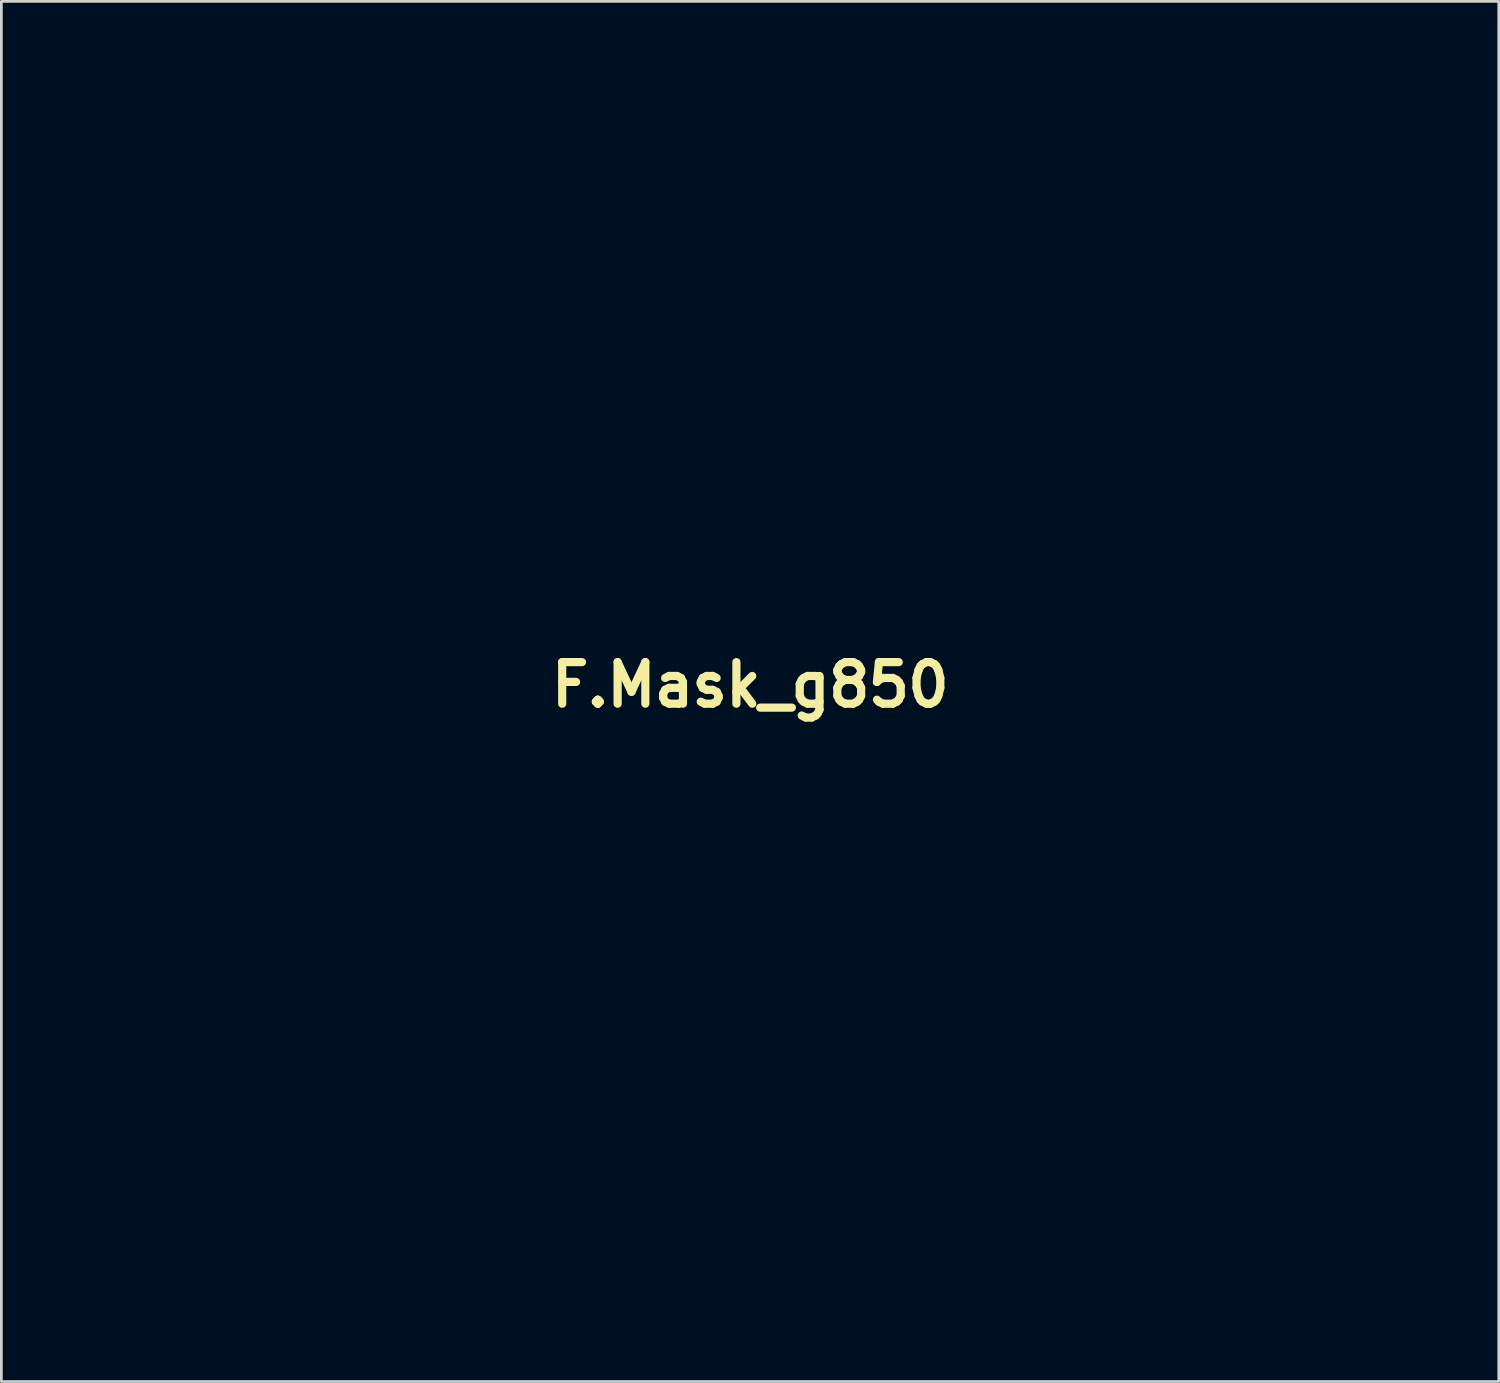
<source format=kicad_pcb>
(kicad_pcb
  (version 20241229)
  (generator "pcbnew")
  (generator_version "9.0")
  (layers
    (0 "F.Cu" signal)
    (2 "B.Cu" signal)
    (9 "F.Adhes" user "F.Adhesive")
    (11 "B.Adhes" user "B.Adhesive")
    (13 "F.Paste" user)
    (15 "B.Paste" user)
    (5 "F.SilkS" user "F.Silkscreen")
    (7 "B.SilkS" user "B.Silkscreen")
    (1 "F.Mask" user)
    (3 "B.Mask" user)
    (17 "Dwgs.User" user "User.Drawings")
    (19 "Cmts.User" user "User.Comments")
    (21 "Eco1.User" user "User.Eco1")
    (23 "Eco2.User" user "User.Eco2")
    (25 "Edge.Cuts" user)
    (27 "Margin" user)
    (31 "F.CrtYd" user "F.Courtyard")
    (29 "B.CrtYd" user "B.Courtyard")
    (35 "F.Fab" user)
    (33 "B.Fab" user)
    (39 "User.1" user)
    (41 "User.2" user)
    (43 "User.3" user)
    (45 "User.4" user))
  (footprint "F.Mask_g850"
    (layer "F.Cu")
    (at 24.455 22.058)
    (property "Reference" "F.Mask_g850" (at 0 0 0) (layer "F.SilkS") (effects (font (size 1.524 1.524) (thickness 0.3))))
    (attr through_hole)
    (fp_poly (pts (xy 9.443 9.17) (xy 9.651 9.177) (xy 9.833 9.19) (xy 9.885 9.196) (xy 10.336 9.26) (xy 10.762 9.349) (xy 11.173 9.465) (xy 11.58 9.612) (xy 11.992 9.792) (xy 12.118 9.853) (xy 12.586 10.107) (xy 13.03 10.395) (xy 13.447 10.714) (xy 13.836 11.065) (xy 14.195 11.446) (xy 14.524 11.854) (xy 14.821 12.289) (xy 15.085 12.75) (xy 15.135 12.848) (xy 15.352 13.328) (xy 15.53 13.818) (xy 15.667 14.318) (xy 15.765 14.824) (xy 15.824 15.334) (xy 15.844 15.846) (xy 15.824 16.357) (xy 15.766 16.866) (xy 15.669 17.368) (xy 15.533 17.863) (xy 15.358 18.348) (xy 15.146 18.82) (xy 14.894 19.278) (xy 14.754 19.502) (xy 14.442 19.937) (xy 14.101 20.344) (xy 13.731 20.72) (xy 13.334 21.065) (xy 12.911 21.377) (xy 12.463 21.655) (xy 12.202 21.795) (xy 11.808 21.982) (xy 11.422 22.138) (xy 11.031 22.266) (xy 10.621 22.371) (xy 10.424 22.413) (xy 10.155 22.458) (xy 9.858 22.493) (xy 9.548 22.517) (xy 9.237 22.53) (xy 8.939 22.53) (xy 8.738 22.521) (xy 8.21 22.466) (xy 7.692 22.371) (xy 7.185 22.235) (xy 6.691 22.061) (xy 6.214 21.849) (xy 5.753 21.6) (xy 5.313 21.314) (xy 4.895 20.994) (xy 4.511 20.649) (xy 4.138 20.259) (xy 3.801 19.847) (xy 3.501 19.413) (xy 3.237 18.959) (xy 3.011 18.485) (xy 2.822 17.991) (xy 2.671 17.479) (xy 2.558 16.95) (xy 2.536 16.817) (xy 2.519 16.675) (xy 2.504 16.5) (xy 2.492 16.303) (xy 2.484 16.092) (xy 2.483 16.046) (xy 3.57 16.046) (xy 3.607 16.52) (xy 3.685 16.989) (xy 3.802 17.448) (xy 3.959 17.897) (xy 4.154 18.333) (xy 4.388 18.753) (xy 4.51 18.943) (xy 4.799 19.335) (xy 5.118 19.699) (xy 5.465 20.033) (xy 5.837 20.335) (xy 6.234 20.604) (xy 6.652 20.839) (xy 7.089 21.037) (xy 7.544 21.197) (xy 7.695 21.24) (xy 7.968 21.307) (xy 8.263 21.363) (xy 8.557 21.405) (xy 8.7 21.419) (xy 8.869 21.429) (xy 9.068 21.432) (xy 9.283 21.429) (xy 9.501 21.42) (xy 9.71 21.405) (xy 9.896 21.386) (xy 9.948 21.379) (xy 10.365 21.303) (xy 10.759 21.2) (xy 11.144 21.067) (xy 11.531 20.899) (xy 11.61 20.861) (xy 12.041 20.627) (xy 12.446 20.36) (xy 12.824 20.06) (xy 13.174 19.73) (xy 13.434 19.442) (xy 13.73 19.057) (xy 13.99 18.652) (xy 14.213 18.23) (xy 14.399 17.792) (xy 14.546 17.341) (xy 14.653 16.88) (xy 14.722 16.411) (xy 14.75 15.935) (xy 14.737 15.457) (xy 14.683 14.977) (xy 14.657 14.826) (xy 14.55 14.36) (xy 14.405 13.91) (xy 14.224 13.477) (xy 14.008 13.064) (xy 13.76 12.672) (xy 13.482 12.303) (xy 13.175 11.959) (xy 12.84 11.641) (xy 12.481 11.351) (xy 12.099 11.09) (xy 11.695 10.862) (xy 11.272 10.667) (xy 10.831 10.506) (xy 10.375 10.383) (xy 9.904 10.298) (xy 9.821 10.287) (xy 9.363 10.252) (xy 8.897 10.257) (xy 8.429 10.3) (xy 7.965 10.38) (xy 7.512 10.498) (xy 7.225 10.594) (xy 7.062 10.66) (xy 6.875 10.743) (xy 6.679 10.838) (xy 6.483 10.94) (xy 6.3 11.041) (xy 6.142 11.136) (xy 6.096 11.166) (xy 5.703 11.452) (xy 5.338 11.768) (xy 5.002 12.11) (xy 4.698 12.478) (xy 4.427 12.869) (xy 4.19 13.28) (xy 3.99 13.709) (xy 3.827 14.154) (xy 3.703 14.609) (xy 3.618 15.088) (xy 3.573 15.567) (xy 3.57 16.046) (xy 2.483 16.046) (xy 2.479 15.877) (xy 2.478 15.669) (xy 2.482 15.476) (xy 2.489 15.309) (xy 2.496 15.229) (xy 2.568 14.699) (xy 2.679 14.181) (xy 2.83 13.677) (xy 3.019 13.189) (xy 3.245 12.718) (xy 3.507 12.267) (xy 3.804 11.837) (xy 4.136 11.431) (xy 4.501 11.049) (xy 4.503 11.047) (xy 4.907 10.686) (xy 5.331 10.362) (xy 5.774 10.075) (xy 6.236 9.827) (xy 6.718 9.616) (xy 7.218 9.443) (xy 7.738 9.308) (xy 8.181 9.225) (xy 8.343 9.204) (xy 8.538 9.188) (xy 8.755 9.177) (xy 8.985 9.169) (xy 9.217 9.167) (xy 9.443 9.17)) (stroke (width 0.01) (type solid)) (fill yes) (layer "F.Mask"))
    (fp_poly (pts (xy -17.543 -6.162) (xy -17.335 -6.155) (xy -17.143 -6.142) (xy -16.953 -6.121) (xy -16.754 -6.093) (xy -16.637 -6.074) (xy -16.128 -5.967) (xy -15.628 -5.819) (xy -15.142 -5.633) (xy -14.671 -5.409) (xy -14.219 -5.149) (xy -13.789 -4.855) (xy -13.384 -4.529) (xy -13.261 -4.418) (xy -12.898 -4.06) (xy -12.573 -3.691) (xy -12.281 -3.303) (xy -12.019 -2.892) (xy -11.783 -2.453) (xy -11.779 -2.445) (xy -11.577 -2.002) (xy -11.412 -1.566) (xy -11.283 -1.128) (xy -11.187 -0.682) (xy -11.122 -0.218) (xy -11.092 0.157) (xy -11.083 0.675) (xy -11.116 1.191) (xy -11.188 1.704) (xy -11.3 2.209) (xy -11.45 2.704) (xy -11.637 3.186) (xy -11.86 3.652) (xy -12.119 4.097) (xy -12.377 4.473) (xy -12.71 4.887) (xy -13.071 5.272) (xy -13.458 5.626) (xy -13.869 5.948) (xy -14.302 6.236) (xy -14.755 6.489) (xy -15.225 6.705) (xy -15.71 6.884) (xy -16.209 7.024) (xy -16.465 7.079) (xy -16.907 7.149) (xy -17.353 7.19) (xy -17.815 7.201) (xy -18.108 7.194) (xy -18.622 7.151) (xy -19.126 7.069) (xy -19.62 6.947) (xy -20.101 6.788) (xy -20.567 6.593) (xy -21.016 6.364) (xy -21.446 6.102) (xy -21.856 5.808) (xy -22.243 5.483) (xy -22.606 5.13) (xy -22.943 4.75) (xy -23.251 4.344) (xy -23.529 3.914) (xy -23.775 3.461) (xy -23.986 2.986) (xy -24.095 2.696) (xy -24.236 2.234) (xy -24.341 1.765) (xy -24.411 1.285) (xy -24.445 0.788) (xy -24.45 0.519) (xy -24.449 0.455) (xy -23.36 0.455) (xy -23.345 0.926) (xy -23.291 1.393) (xy -23.197 1.854) (xy -23.064 2.307) (xy -22.892 2.748) (xy -22.682 3.176) (xy -22.434 3.587) (xy -22.426 3.598) (xy -22.276 3.815) (xy -22.132 4.006) (xy -21.984 4.184) (xy -21.82 4.361) (xy -21.717 4.466) (xy -21.356 4.798) (xy -20.973 5.094) (xy -20.568 5.354) (xy -20.144 5.577) (xy -19.701 5.763) (xy -19.241 5.91) (xy -18.765 6.019) (xy -18.276 6.089) (xy -18.182 6.097) (xy -18.041 6.105) (xy -17.87 6.107) (xy -17.681 6.105) (xy -17.485 6.098) (xy -17.296 6.087) (xy -17.126 6.073) (xy -17.041 6.063) (xy -16.573 5.98) (xy -16.112 5.857) (xy -15.662 5.694) (xy -15.225 5.493) (xy -14.805 5.256) (xy -14.405 4.982) (xy -14.266 4.876) (xy -14.154 4.781) (xy -14.023 4.662) (xy -13.883 4.527) (xy -13.742 4.386) (xy -13.609 4.246) (xy -13.492 4.117) (xy -13.412 4.022) (xy -13.15 3.665) (xy -12.913 3.281) (xy -12.705 2.877) (xy -12.529 2.463) (xy -12.389 2.045) (xy -12.348 1.895) (xy -12.249 1.423) (xy -12.192 0.949) (xy -12.175 0.476) (xy -12.198 0.006) (xy -12.261 -0.458) (xy -12.363 -0.916) (xy -12.502 -1.362) (xy -12.679 -1.797) (xy -12.893 -2.217) (xy -13.142 -2.619) (xy -13.427 -3.002) (xy -13.746 -3.363) (xy -13.908 -3.524) (xy -14.27 -3.842) (xy -14.655 -4.125) (xy -15.06 -4.373) (xy -15.482 -4.585) (xy -15.92 -4.76) (xy -16.37 -4.898) (xy -16.831 -4.997) (xy -17.299 -5.057) (xy -17.772 -5.077) (xy -18.247 -5.056) (xy -18.717 -4.995) (xy -19.174 -4.895) (xy -19.625 -4.754) (xy -20.065 -4.576) (xy -20.491 -4.361) (xy -20.897 -4.114) (xy -21.273 -3.839) (xy -21.386 -3.743) (xy -21.517 -3.623) (xy -21.658 -3.488) (xy -21.8 -3.346) (xy -21.933 -3.206) (xy -22.05 -3.077) (xy -22.127 -2.985) (xy -22.313 -2.735) (xy -22.495 -2.458) (xy -22.667 -2.164) (xy -22.822 -1.865) (xy -22.954 -1.574) (xy -23.019 -1.411) (xy -23.165 -0.952) (xy -23.271 -0.487) (xy -23.336 -0.017) (xy -23.36 0.455) (xy -24.449 0.455) (xy -24.444 0.187) (xy -24.425 -0.119) (xy -24.391 -0.417) (xy -24.341 -0.721) (xy -24.32 -0.826) (xy -24.197 -1.331) (xy -24.035 -1.821) (xy -23.837 -2.294) (xy -23.604 -2.748) (xy -23.338 -3.181) (xy -23.04 -3.593) (xy -22.713 -3.98) (xy -22.357 -4.341) (xy -21.976 -4.676) (xy -21.57 -4.981) (xy -21.141 -5.255) (xy -20.691 -5.496) (xy -20.221 -5.703) (xy -19.734 -5.874) (xy -19.231 -6.007) (xy -19.113 -6.033) (xy -18.835 -6.084) (xy -18.574 -6.122) (xy -18.314 -6.147) (xy -18.041 -6.16) (xy -17.78 -6.164) (xy -17.543 -6.162)) (stroke (width 0.01) (type solid)) (fill yes) (layer "F.Mask"))
    (fp_poly (pts (xy 9.361 -22.049) (xy 9.582 -22.04) (xy 9.79 -22.027) (xy 9.974 -22.01) (xy 10.086 -21.995) (xy 10.504 -21.92) (xy 10.895 -21.827) (xy 11.27 -21.713) (xy 11.589 -21.596) (xy 12.072 -21.383) (xy 12.533 -21.134) (xy 12.97 -20.852) (xy 13.383 -20.538) (xy 13.769 -20.194) (xy 14.128 -19.822) (xy 14.456 -19.424) (xy 14.753 -19.001) (xy 15.018 -18.555) (xy 15.248 -18.089) (xy 15.442 -17.604) (xy 15.598 -17.102) (xy 15.632 -16.97) (xy 15.736 -16.46) (xy 15.8 -15.944) (xy 15.824 -15.426) (xy 15.807 -14.908) (xy 15.751 -14.393) (xy 15.657 -13.884) (xy 15.523 -13.385) (xy 15.351 -12.898) (xy 15.142 -12.426) (xy 15.003 -12.16) (xy 14.727 -11.705) (xy 14.421 -11.278) (xy 14.086 -10.879) (xy 13.724 -10.51) (xy 13.338 -10.171) (xy 12.928 -9.865) (xy 12.497 -9.591) (xy 12.047 -9.351) (xy 11.58 -9.146) (xy 11.097 -8.977) (xy 10.602 -8.846) (xy 10.095 -8.752) (xy 9.578 -8.698) (xy 9.054 -8.684) (xy 8.653 -8.701) (xy 8.159 -8.756) (xy 7.664 -8.849) (xy 7.175 -8.979) (xy 6.699 -9.144) (xy 6.242 -9.341) (xy 5.927 -9.503) (xy 5.497 -9.763) (xy 5.083 -10.059) (xy 4.688 -10.386) (xy 4.319 -10.741) (xy 3.979 -11.118) (xy 3.689 -11.493) (xy 3.398 -11.937) (xy 3.145 -12.401) (xy 2.929 -12.884) (xy 2.751 -13.386) (xy 2.61 -13.907) (xy 2.508 -14.446) (xy 2.505 -14.467) (xy 2.488 -14.608) (xy 2.476 -14.781) (xy 2.468 -14.98) (xy 2.464 -15.195) (xy 2.463 -15.314) (xy 3.547 -15.314) (xy 3.57 -14.856) (xy 3.631 -14.4) (xy 3.73 -13.949) (xy 3.867 -13.506) (xy 4.042 -13.071) (xy 4.256 -12.65) (xy 4.492 -12.266) (xy 4.675 -12.012) (xy 4.883 -11.756) (xy 5.108 -11.507) (xy 5.339 -11.275) (xy 5.568 -11.071) (xy 5.63 -11.02) (xy 5.993 -10.754) (xy 6.38 -10.516) (xy 6.787 -10.308) (xy 7.207 -10.132) (xy 7.635 -9.99) (xy 8.065 -9.885) (xy 8.467 -9.823) (xy 8.564 -9.812) (xy 8.654 -9.801) (xy 8.722 -9.794) (xy 8.742 -9.791) (xy 8.813 -9.787) (xy 8.917 -9.785) (xy 9.047 -9.786) (xy 9.193 -9.789) (xy 9.347 -9.794) (xy 9.5 -9.801) (xy 9.645 -9.809) (xy 9.771 -9.818) (xy 9.871 -9.828) (xy 9.906 -9.832) (xy 10.393 -9.927) (xy 10.864 -10.059) (xy 11.317 -10.229) (xy 11.75 -10.435) (xy 12.162 -10.676) (xy 12.552 -10.95) (xy 12.916 -11.257) (xy 13.254 -11.595) (xy 13.565 -11.964) (xy 13.845 -12.361) (xy 14.019 -12.648) (xy 14.233 -13.069) (xy 14.409 -13.508) (xy 14.548 -13.96) (xy 14.647 -14.423) (xy 14.708 -14.894) (xy 14.729 -15.37) (xy 14.709 -15.846) (xy 14.649 -16.321) (xy 14.636 -16.395) (xy 14.529 -16.861) (xy 14.381 -17.316) (xy 14.194 -17.759) (xy 13.969 -18.186) (xy 13.707 -18.595) (xy 13.476 -18.902) (xy 13.383 -19.011) (xy 13.265 -19.138) (xy 13.131 -19.276) (xy 12.988 -19.416) (xy 12.846 -19.55) (xy 12.712 -19.67) (xy 12.595 -19.768) (xy 12.562 -19.793) (xy 12.154 -20.079) (xy 11.734 -20.325) (xy 11.3 -20.531) (xy 10.851 -20.698) (xy 10.386 -20.825) (xy 9.903 -20.915) (xy 9.832 -20.925) (xy 9.647 -20.943) (xy 9.433 -20.956) (xy 9.204 -20.961) (xy 8.973 -20.96) (xy 8.75 -20.952) (xy 8.55 -20.937) (xy 8.445 -20.926) (xy 7.956 -20.839) (xy 7.482 -20.714) (xy 7.026 -20.551) (xy 6.589 -20.35) (xy 6.172 -20.112) (xy 5.775 -19.838) (xy 5.401 -19.528) (xy 5.05 -19.183) (xy 5.002 -19.131) (xy 4.695 -18.764) (xy 4.423 -18.377) (xy 4.188 -17.972) (xy 3.989 -17.552) (xy 3.827 -17.12) (xy 3.701 -16.677) (xy 3.613 -16.227) (xy 3.561 -15.772) (xy 3.547 -15.314) (xy 2.463 -15.314) (xy 2.463 -15.417) (xy 2.466 -15.639) (xy 2.473 -15.851) (xy 2.484 -16.045) (xy 2.499 -16.213) (xy 2.512 -16.32) (xy 2.617 -16.86) (xy 2.757 -17.376) (xy 2.932 -17.87) (xy 3.143 -18.342) (xy 3.39 -18.793) (xy 3.451 -18.892) (xy 3.753 -19.336) (xy 4.085 -19.75) (xy 4.444 -20.134) (xy 4.83 -20.486) (xy 5.24 -20.806) (xy 5.672 -21.093) (xy 6.126 -21.344) (xy 6.598 -21.56) (xy 7.088 -21.739) (xy 7.594 -21.88) (xy 8.113 -21.982) (xy 8.55 -22.036) (xy 8.72 -22.047) (xy 8.919 -22.052) (xy 9.136 -22.053) (xy 9.361 -22.049)) (stroke (width 0.01) (type solid)) (fill yes) (layer "F.Mask"))
    (fp_poly (pts (xy -8.412 9.208) (xy -7.907 9.282) (xy -7.412 9.394) (xy -6.929 9.543) (xy -6.459 9.728) (xy -6.005 9.947) (xy -5.569 10.201) (xy -5.152 10.487) (xy -4.756 10.805) (xy -4.384 11.154) (xy -4.037 11.534) (xy -3.717 11.942) (xy -3.427 12.379) (xy -3.167 12.843) (xy -3.146 12.885) (xy -2.935 13.354) (xy -2.761 13.838) (xy -2.627 14.334) (xy -2.531 14.839) (xy -2.473 15.351) (xy -2.455 15.866) (xy -2.475 16.381) (xy -2.535 16.894) (xy -2.634 17.401) (xy -2.772 17.899) (xy -2.914 18.299) (xy -3.129 18.786) (xy -3.379 19.251) (xy -3.664 19.693) (xy -3.981 20.11) (xy -4.33 20.501) (xy -4.709 20.863) (xy -5.117 21.196) (xy -5.552 21.498) (xy -6.013 21.767) (xy -6.089 21.806) (xy -6.553 22.024) (xy -7.03 22.204) (xy -7.524 22.347) (xy -8.038 22.454) (xy -8.208 22.481) (xy -8.341 22.497) (xy -8.507 22.51) (xy -8.695 22.521) (xy -8.897 22.529) (xy -9.103 22.534) (xy -9.302 22.535) (xy -9.487 22.533) (xy -9.647 22.528) (xy -9.758 22.52) (xy -10.291 22.446) (xy -10.811 22.332) (xy -11.316 22.18) (xy -11.806 21.989) (xy -12.278 21.761) (xy -12.731 21.496) (xy -13.163 21.195) (xy -13.572 20.859) (xy -13.938 20.508) (xy -14.295 20.11) (xy -14.617 19.688) (xy -14.904 19.242) (xy -15.155 18.776) (xy -15.369 18.29) (xy -15.377 18.271) (xy -15.546 17.778) (xy -15.676 17.273) (xy -15.766 16.76) (xy -15.816 16.24) (xy -15.823 15.862) (xy -14.721 15.862) (xy -14.719 16.077) (xy -14.711 16.282) (xy -14.698 16.464) (xy -14.682 16.605) (xy -14.59 17.094) (xy -14.459 17.567) (xy -14.29 18.022) (xy -14.083 18.458) (xy -13.84 18.873) (xy -13.561 19.268) (xy -13.246 19.64) (xy -13.092 19.801) (xy -12.732 20.132) (xy -12.35 20.428) (xy -11.945 20.688) (xy -11.521 20.912) (xy -11.078 21.099) (xy -10.618 21.247) (xy -10.142 21.357) (xy -9.737 21.418) (xy -9.612 21.428) (xy -9.456 21.435) (xy -9.279 21.438) (xy -9.092 21.438) (xy -8.906 21.435) (xy -8.731 21.428) (xy -8.578 21.418) (xy -8.501 21.41) (xy -8.018 21.333) (xy -7.549 21.215) (xy -7.095 21.059) (xy -6.657 20.865) (xy -6.238 20.633) (xy -5.839 20.364) (xy -5.461 20.06) (xy -5.132 19.746) (xy -4.853 19.44) (xy -4.607 19.127) (xy -4.387 18.797) (xy -4.186 18.44) (xy -4.129 18.329) (xy -3.934 17.889) (xy -3.778 17.441) (xy -3.662 16.985) (xy -3.586 16.525) (xy -3.549 16.063) (xy -3.551 15.602) (xy -3.591 15.143) (xy -3.668 14.689) (xy -3.783 14.243) (xy -3.936 13.807) (xy -4.124 13.383) (xy -4.349 12.973) (xy -4.609 12.581) (xy -4.905 12.208) (xy -5.236 11.857) (xy -5.253 11.841) (xy -5.619 11.515) (xy -6.004 11.227) (xy -6.409 10.975) (xy -6.834 10.761) (xy -7.28 10.582) (xy -7.747 10.44) (xy -8.238 10.334) (xy -8.414 10.305) (xy -8.529 10.292) (xy -8.677 10.283) (xy -8.85 10.278) (xy -9.039 10.275) (xy -9.234 10.276) (xy -9.427 10.28) (xy -9.608 10.287) (xy -9.77 10.298) (xy -9.903 10.311) (xy -9.938 10.316) (xy -10.118 10.348) (xy -10.32 10.391) (xy -10.529 10.441) (xy -10.732 10.496) (xy -10.916 10.551) (xy -11.04 10.594) (xy -11.189 10.653) (xy -11.36 10.728) (xy -11.543 10.814) (xy -11.725 10.904) (xy -11.896 10.994) (xy -12.043 11.077) (xy -12.095 11.11) (xy -12.497 11.386) (xy -12.87 11.694) (xy -13.212 12.029) (xy -13.524 12.391) (xy -13.803 12.778) (xy -14.048 13.187) (xy -14.259 13.618) (xy -14.433 14.067) (xy -14.57 14.534) (xy -14.669 15.017) (xy -14.682 15.102) (xy -14.7 15.256) (xy -14.712 15.44) (xy -14.719 15.646) (xy -14.721 15.862) (xy -15.823 15.862) (xy -15.826 15.719) (xy -15.796 15.197) (xy -15.725 14.68) (xy -15.613 14.169) (xy -15.566 13.996) (xy -15.417 13.55) (xy -15.231 13.103) (xy -15.01 12.664) (xy -14.759 12.239) (xy -14.483 11.836) (xy -14.341 11.652) (xy -14.137 11.413) (xy -13.903 11.168) (xy -13.646 10.924) (xy -13.376 10.689) (xy -13.102 10.471) (xy -12.975 10.379) (xy -12.596 10.131) (xy -12.188 9.905) (xy -11.758 9.705) (xy -11.316 9.533) (xy -10.869 9.394) (xy -10.492 9.305) (xy -9.967 9.219) (xy -9.444 9.175) (xy -8.925 9.172) (xy -8.412 9.208)) (stroke (width 0.01) (type solid)) (fill yes) (layer "F.Mask"))
    (fp_poly (pts (xy 18.498 -6.153) (xy 19.011 -6.077) (xy 19.516 -5.961) (xy 20.012 -5.806) (xy 20.496 -5.611) (xy 20.966 -5.378) (xy 21.421 -5.106) (xy 21.859 -4.797) (xy 21.932 -4.74) (xy 22.083 -4.613) (xy 22.251 -4.461) (xy 22.427 -4.289) (xy 22.605 -4.107) (xy 22.777 -3.923) (xy 22.934 -3.744) (xy 23.069 -3.578) (xy 23.105 -3.531) (xy 23.411 -3.088) (xy 23.679 -2.628) (xy 23.908 -2.15) (xy 24.098 -1.656) (xy 24.25 -1.144) (xy 24.362 -0.616) (xy 24.387 -0.466) (xy 24.402 -0.365) (xy 24.413 -0.274) (xy 24.422 -0.186) (xy 24.428 -0.092) (xy 24.432 0.014) (xy 24.435 0.14) (xy 24.436 0.292) (xy 24.436 0.478) (xy 24.436 0.508) (xy 24.435 0.703) (xy 24.434 0.864) (xy 24.431 0.995) (xy 24.426 1.106) (xy 24.42 1.201) (xy 24.411 1.289) (xy 24.4 1.377) (xy 24.39 1.44) (xy 24.338 1.74) (xy 24.279 2.015) (xy 24.209 2.282) (xy 24.124 2.56) (xy 24.109 2.603) (xy 23.926 3.093) (xy 23.712 3.556) (xy 23.465 3.995) (xy 23.183 4.414) (xy 22.864 4.815) (xy 22.507 5.202) (xy 22.47 5.239) (xy 22.076 5.602) (xy 21.663 5.928) (xy 21.23 6.217) (xy 20.777 6.469) (xy 20.304 6.684) (xy 19.809 6.863) (xy 19.292 7.005) (xy 18.754 7.111) (xy 18.723 7.116) (xy 18.589 7.133) (xy 18.423 7.146) (xy 18.232 7.157) (xy 18.026 7.164) (xy 17.813 7.169) (xy 17.603 7.169) (xy 17.405 7.167) (xy 17.227 7.16) (xy 17.078 7.15) (xy 17.029 7.144) (xy 16.489 7.059) (xy 15.968 6.936) (xy 15.467 6.775) (xy 14.983 6.576) (xy 14.516 6.339) (xy 14.064 6.062) (xy 13.696 5.799) (xy 13.545 5.679) (xy 13.378 5.534) (xy 13.203 5.373) (xy 13.029 5.205) (xy 12.865 5.039) (xy 12.72 4.883) (xy 12.632 4.78) (xy 12.307 4.356) (xy 12.019 3.913) (xy 11.769 3.454) (xy 11.557 2.981) (xy 11.383 2.495) (xy 11.248 2) (xy 11.152 1.497) (xy 11.095 0.988) (xy 11.082 0.614) (xy 12.176 0.614) (xy 12.207 1.084) (xy 12.277 1.548) (xy 12.386 2.006) (xy 12.534 2.454) (xy 12.72 2.891) (xy 12.943 3.313) (xy 13.204 3.719) (xy 13.414 4) (xy 13.718 4.347) (xy 14.054 4.669) (xy 14.419 4.964) (xy 14.807 5.23) (xy 15.216 5.463) (xy 15.641 5.661) (xy 16.078 5.822) (xy 16.396 5.912) (xy 16.736 5.988) (xy 17.062 6.041) (xy 17.378 6.073) (xy 17.52 6.082) (xy 17.632 6.089) (xy 17.728 6.091) (xy 17.818 6.091) (xy 17.917 6.087) (xy 18.036 6.08) (xy 18.119 6.074) (xy 18.612 6.019) (xy 19.091 5.924) (xy 19.555 5.79) (xy 20.002 5.618) (xy 20.432 5.409) (xy 20.842 5.162) (xy 21.232 4.878) (xy 21.6 4.559) (xy 21.717 4.445) (xy 22.043 4.09) (xy 22.335 3.712) (xy 22.591 3.315) (xy 22.812 2.9) (xy 22.996 2.47) (xy 23.143 2.028) (xy 23.253 1.576) (xy 23.325 1.117) (xy 23.358 0.652) (xy 23.352 0.185) (xy 23.307 -0.283) (xy 23.221 -0.748) (xy 23.095 -1.208) (xy 23.018 -1.432) (xy 22.835 -1.87) (xy 22.615 -2.29) (xy 22.361 -2.688) (xy 22.074 -3.063) (xy 21.759 -3.413) (xy 21.415 -3.736) (xy 21.047 -4.029) (xy 20.655 -4.291) (xy 20.243 -4.52) (xy 19.812 -4.712) (xy 19.365 -4.867) (xy 19.318 -4.881) (xy 18.849 -4.994) (xy 18.372 -5.066) (xy 17.891 -5.097) (xy 17.408 -5.087) (xy 16.927 -5.035) (xy 16.535 -4.962) (xy 16.078 -4.838) (xy 15.635 -4.676) (xy 15.21 -4.478) (xy 14.803 -4.245) (xy 14.418 -3.979) (xy 14.056 -3.682) (xy 13.72 -3.357) (xy 13.411 -3.004) (xy 13.132 -2.626) (xy 12.884 -2.225) (xy 12.67 -1.803) (xy 12.492 -1.362) (xy 12.457 -1.259) (xy 12.325 -0.796) (xy 12.235 -0.328) (xy 12.186 0.143) (xy 12.176 0.614) (xy 11.082 0.614) (xy 11.077 0.475) (xy 11.099 -0.039) (xy 11.161 -0.554) (xy 11.263 -1.066) (xy 11.406 -1.573) (xy 11.59 -2.074) (xy 11.662 -2.244) (xy 11.853 -2.633) (xy 12.08 -3.023) (xy 12.337 -3.405) (xy 12.62 -3.77) (xy 12.921 -4.113) (xy 13.237 -4.424) (xy 13.255 -4.441) (xy 13.646 -4.77) (xy 14.062 -5.07) (xy 14.496 -5.337) (xy 14.946 -5.57) (xy 15.405 -5.765) (xy 15.871 -5.921) (xy 15.882 -5.924) (xy 16.406 -6.052) (xy 16.931 -6.139) (xy 17.456 -6.185) (xy 17.979 -6.189) (xy 18.498 -6.153)) (stroke (width 0.01) (type solid)) (fill yes) (layer "F.Mask"))
    (fp_poly (pts (xy -8.421 -22.008) (xy -8.362 -22.001) (xy -7.847 -21.92) (xy -7.341 -21.798) (xy -6.846 -21.637) (xy -6.366 -21.438) (xy -5.903 -21.202) (xy -5.459 -20.93) (xy -5.036 -20.623) (xy -4.638 -20.283) (xy -4.512 -20.163) (xy -4.138 -19.771) (xy -3.802 -19.361) (xy -3.505 -18.934) (xy -3.244 -18.487) (xy -3.021 -18.02) (xy -2.834 -17.532) (xy -2.682 -17.023) (xy -2.566 -16.49) (xy -2.526 -16.245) (xy -2.509 -16.098) (xy -2.497 -15.918) (xy -2.489 -15.713) (xy -2.485 -15.493) (xy -2.485 -15.266) (xy -2.49 -15.041) (xy -2.499 -14.827) (xy -2.512 -14.633) (xy -2.529 -14.468) (xy -2.537 -14.415) (xy -2.641 -13.874) (xy -2.783 -13.353) (xy -2.962 -12.852) (xy -3.178 -12.371) (xy -3.432 -11.909) (xy -3.724 -11.467) (xy -4.053 -11.045) (xy -4.209 -10.865) (xy -4.565 -10.501) (xy -4.951 -10.165) (xy -5.364 -9.857) (xy -5.799 -9.581) (xy -6.253 -9.338) (xy -6.722 -9.131) (xy -7.203 -8.962) (xy -7.692 -8.832) (xy -7.715 -8.827) (xy -7.907 -8.787) (xy -8.081 -8.756) (xy -8.247 -8.732) (xy -8.415 -8.714) (xy -8.594 -8.702) (xy -8.795 -8.694) (xy -9.026 -8.689) (xy -9.059 -8.689) (xy -9.215 -8.687) (xy -9.36 -8.687) (xy -9.488 -8.687) (xy -9.592 -8.687) (xy -9.666 -8.689) (xy -9.705 -8.691) (xy -9.705 -8.691) (xy -9.754 -8.697) (xy -9.832 -8.706) (xy -9.925 -8.717) (xy -9.97 -8.722) (xy -10.458 -8.798) (xy -10.945 -8.914) (xy -11.427 -9.069) (xy -11.901 -9.263) (xy -12.361 -9.493) (xy -12.806 -9.757) (xy -13.229 -10.054) (xy -13.361 -10.16) (xy -13.512 -10.292) (xy -13.675 -10.441) (xy -13.841 -10.602) (xy -14.004 -10.765) (xy -14.156 -10.924) (xy -14.29 -11.072) (xy -14.395 -11.197) (xy -14.709 -11.629) (xy -14.987 -12.08) (xy -15.227 -12.547) (xy -15.428 -13.028) (xy -15.591 -13.521) (xy -15.714 -14.024) (xy -15.798 -14.535) (xy -15.842 -15.052) (xy -15.845 -15.536) (xy -14.742 -15.536) (xy -14.742 -15.329) (xy -14.738 -15.12) (xy -14.728 -14.919) (xy -14.715 -14.735) (xy -14.697 -14.578) (xy -14.693 -14.552) (xy -14.597 -14.065) (xy -14.463 -13.596) (xy -14.29 -13.144) (xy -14.08 -12.712) (xy -13.834 -12.299) (xy -13.55 -11.908) (xy -13.231 -11.539) (xy -13.104 -11.408) (xy -12.743 -11.077) (xy -12.36 -10.782) (xy -11.955 -10.523) (xy -11.532 -10.3) (xy -11.092 -10.115) (xy -10.637 -9.969) (xy -10.169 -9.862) (xy -9.689 -9.795) (xy -9.493 -9.78) (xy -9.372 -9.773) (xy -9.263 -9.77) (xy -9.156 -9.769) (xy -9.04 -9.772) (xy -8.904 -9.778) (xy -8.739 -9.788) (xy -8.71 -9.79) (xy -8.259 -9.84) (xy -7.813 -9.93) (xy -7.377 -10.058) (xy -6.952 -10.224) (xy -6.541 -10.424) (xy -6.146 -10.658) (xy -5.77 -10.923) (xy -5.416 -11.217) (xy -5.086 -11.54) (xy -4.782 -11.889) (xy -4.508 -12.262) (xy -4.265 -12.657) (xy -4.064 -13.057) (xy -3.884 -13.507) (xy -3.744 -13.964) (xy -3.645 -14.427) (xy -3.586 -14.893) (xy -3.566 -15.36) (xy -3.585 -15.825) (xy -3.643 -16.286) (xy -3.739 -16.74) (xy -3.873 -17.186) (xy -4.045 -17.621) (xy -4.253 -18.042) (xy -4.498 -18.447) (xy -4.78 -18.834) (xy -5.097 -19.201) (xy -5.103 -19.207) (xy -5.453 -19.546) (xy -5.826 -19.851) (xy -6.223 -20.12) (xy -6.642 -20.354) (xy -7.083 -20.552) (xy -7.543 -20.713) (xy -8.024 -20.837) (xy -8.397 -20.906) (xy -8.51 -20.919) (xy -8.656 -20.93) (xy -8.826 -20.937) (xy -9.009 -20.942) (xy -9.199 -20.944) (xy -9.384 -20.942) (xy -9.557 -20.938) (xy -9.708 -20.931) (xy -9.828 -20.92) (xy -9.853 -20.917) (xy -10.261 -20.846) (xy -10.642 -20.755) (xy -11.008 -20.639) (xy -11.369 -20.494) (xy -11.631 -20.373) (xy -11.992 -20.18) (xy -12.327 -19.967) (xy -12.646 -19.727) (xy -12.956 -19.455) (xy -13.166 -19.248) (xy -13.493 -18.884) (xy -13.783 -18.5) (xy -14.035 -18.097) (xy -14.251 -17.674) (xy -14.429 -17.23) (xy -14.571 -16.764) (xy -14.677 -16.278) (xy -14.714 -16.044) (xy -14.728 -15.904) (xy -14.738 -15.731) (xy -14.742 -15.536) (xy -15.845 -15.536) (xy -15.845 -15.573) (xy -15.808 -16.096) (xy -15.729 -16.618) (xy -15.652 -16.968) (xy -15.507 -17.471) (xy -15.324 -17.957) (xy -15.104 -18.425) (xy -14.85 -18.872) (xy -14.563 -19.298) (xy -14.246 -19.7) (xy -13.899 -20.077) (xy -13.524 -20.426) (xy -13.123 -20.746) (xy -12.699 -21.035) (xy -12.252 -21.291) (xy -11.784 -21.513) (xy -11.297 -21.699) (xy -11.047 -21.777) (xy -10.53 -21.907) (xy -10.01 -21.995) (xy -9.486 -22.041) (xy -8.957 -22.045) (xy -8.421 -22.008)) (stroke (width 0.01) (type solid)) (fill yes) (layer "F.Mask"))
    (fp_poly (pts (xy 9.354 10.883) (xy 9.552 10.892) (xy 9.726 10.905) (xy 9.804 10.913) (xy 10.245 10.991) (xy 10.676 11.108) (xy 11.092 11.264) (xy 11.491 11.455) (xy 11.871 11.681) (xy 12.23 11.939) (xy 12.565 12.228) (xy 12.874 12.546) (xy 13.154 12.892) (xy 13.403 13.263) (xy 13.609 13.638) (xy 13.785 14.032) (xy 13.922 14.422) (xy 14.023 14.813) (xy 14.088 15.215) (xy 14.119 15.634) (xy 14.123 15.843) (xy 14.102 16.303) (xy 14.041 16.753) (xy 13.941 17.19) (xy 13.803 17.613) (xy 13.627 18.02) (xy 13.416 18.409) (xy 13.17 18.778) (xy 12.89 19.124) (xy 12.578 19.447) (xy 12.235 19.743) (xy 11.861 20.011) (xy 11.705 20.109) (xy 11.314 20.32) (xy 10.901 20.496) (xy 10.47 20.635) (xy 10.024 20.735) (xy 9.773 20.774) (xy 9.638 20.787) (xy 9.474 20.797) (xy 9.29 20.802) (xy 9.099 20.804) (xy 8.913 20.801) (xy 8.742 20.795) (xy 8.6 20.784) (xy 8.583 20.782) (xy 8.167 20.715) (xy 7.75 20.608) (xy 7.339 20.463) (xy 6.94 20.284) (xy 6.556 20.072) (xy 6.195 19.83) (xy 6.021 19.695) (xy 5.884 19.577) (xy 5.734 19.435) (xy 5.579 19.28) (xy 5.43 19.12) (xy 5.296 18.967) (xy 5.193 18.838) (xy 4.936 18.461) (xy 4.715 18.065) (xy 4.531 17.652) (xy 4.386 17.227) (xy 4.352 17.102) (xy 4.309 16.93) (xy 7.619 16.93) (xy 7.627 17.063) (xy 7.652 17.21) (xy 7.693 17.362) (xy 7.749 17.513) (xy 7.78 17.58) (xy 7.897 17.774) (xy 8.047 17.953) (xy 8.221 18.109) (xy 8.414 18.239) (xy 8.617 18.335) (xy 8.743 18.375) (xy 8.848 18.402) (xy 8.848 18.742) (xy 8.849 18.893) (xy 8.855 19.009) (xy 8.867 19.096) (xy 8.886 19.161) (xy 8.916 19.21) (xy 8.957 19.25) (xy 8.994 19.277) (xy 9.08 19.314) (xy 9.179 19.325) (xy 9.273 19.309) (xy 9.31 19.292) (xy 9.358 19.261) (xy 9.393 19.228) (xy 9.419 19.186) (xy 9.436 19.13) (xy 9.448 19.052) (xy 9.455 18.945) (xy 9.461 18.804) (xy 9.461 18.779) (xy 9.472 18.414) (xy 9.643 18.354) (xy 9.879 18.252) (xy 10.09 18.117) (xy 10.273 17.954) (xy 10.426 17.765) (xy 10.547 17.554) (xy 10.633 17.325) (xy 10.682 17.08) (xy 10.694 16.891) (xy 10.673 16.637) (xy 10.615 16.396) (xy 10.519 16.172) (xy 10.39 15.968) (xy 10.229 15.787) (xy 10.039 15.631) (xy 9.821 15.505) (xy 9.583 15.412) (xy 9.5 15.392) (xy 9.392 15.372) (xy 9.273 15.356) (xy 9.191 15.348) (xy 9.015 15.328) (xy 8.871 15.297) (xy 8.75 15.252) (xy 8.643 15.19) (xy 8.593 15.153) (xy 8.455 15.02) (xy 8.352 14.87) (xy 8.283 14.707) (xy 8.246 14.538) (xy 8.242 14.367) (xy 8.268 14.198) (xy 8.324 14.037) (xy 8.409 13.888) (xy 8.522 13.757) (xy 8.662 13.648) (xy 8.828 13.566) (xy 8.921 13.537) (xy 9.113 13.507) (xy 9.3 13.517) (xy 9.476 13.562) (xy 9.638 13.641) (xy 9.781 13.75) (xy 9.901 13.886) (xy 9.994 14.046) (xy 10.054 14.227) (xy 10.074 14.348) (xy 10.102 14.495) (xy 10.151 14.607) (xy 10.223 14.683) (xy 10.315 14.723) (xy 10.425 14.727) (xy 10.528 14.699) (xy 10.609 14.639) (xy 10.67 14.545) (xy 10.692 14.498) (xy 10.703 14.456) (xy 10.706 14.407) (xy 10.7 14.338) (xy 10.692 14.268) (xy 10.639 14.01) (xy 10.551 13.772) (xy 10.429 13.556) (xy 10.277 13.364) (xy 10.096 13.201) (xy 9.888 13.068) (xy 9.657 12.968) (xy 9.607 12.952) (xy 9.461 12.908) (xy 9.461 12.654) (xy 9.459 12.522) (xy 9.45 12.424) (xy 9.432 12.353) (xy 9.401 12.3) (xy 9.356 12.256) (xy 9.316 12.229) (xy 9.213 12.188) (xy 9.11 12.187) (xy 9.012 12.225) (xy 8.925 12.301) (xy 8.895 12.34) (xy 8.875 12.374) (xy 8.861 12.411) (xy 8.853 12.461) (xy 8.849 12.532) (xy 8.848 12.633) (xy 8.848 12.66) (xy 8.848 12.91) (xy 8.758 12.934) (xy 8.535 13.014) (xy 8.325 13.132) (xy 8.132 13.281) (xy 7.965 13.456) (xy 7.829 13.652) (xy 7.78 13.745) (xy 7.698 13.94) (xy 7.647 14.126) (xy 7.625 14.317) (xy 7.625 14.496) (xy 7.653 14.74) (xy 7.714 14.963) (xy 7.811 15.168) (xy 7.946 15.363) (xy 8.075 15.506) (xy 8.229 15.647) (xy 8.388 15.758) (xy 8.56 15.843) (xy 8.752 15.906) (xy 8.971 15.95) (xy 9.13 15.97) (xy 9.257 15.983) (xy 9.351 15.997) (xy 9.424 16.012) (xy 9.485 16.032) (xy 9.545 16.059) (xy 9.554 16.063) (xy 9.728 16.17) (xy 9.867 16.302) (xy 9.972 16.456) (xy 10.04 16.632) (xy 10.071 16.827) (xy 10.07 16.964) (xy 10.042 17.149) (xy 9.981 17.312) (xy 9.882 17.46) (xy 9.806 17.544) (xy 9.656 17.666) (xy 9.493 17.752) (xy 9.322 17.801) (xy 9.148 17.816) (xy 8.977 17.797) (xy 8.812 17.747) (xy 8.658 17.665) (xy 8.521 17.555) (xy 8.405 17.417) (xy 8.314 17.252) (xy 8.265 17.109) (xy 8.247 17.024) (xy 8.236 16.94) (xy 8.234 16.9) (xy 8.214 16.799) (xy 8.157 16.703) (xy 8.081 16.63) (xy 7.998 16.593) (xy 7.903 16.588) (xy 7.806 16.614) (xy 7.721 16.666) (xy 7.661 16.735) (xy 7.63 16.818) (xy 7.619 16.93) (xy 4.309 16.93) (xy 4.306 16.915) (xy 4.269 16.751) (xy 4.242 16.598) (xy 4.223 16.447) (xy 4.211 16.287) (xy 4.204 16.108) (xy 4.202 15.9) (xy 4.202 15.843) (xy 4.203 15.626) (xy 4.209 15.44) (xy 4.22 15.277) (xy 4.237 15.124) (xy 4.262 14.973) (xy 4.296 14.812) (xy 4.34 14.632) (xy 4.351 14.59) (xy 4.485 14.157) (xy 4.657 13.741) (xy 4.865 13.343) (xy 5.109 12.967) (xy 5.385 12.613) (xy 5.693 12.285) (xy 6.03 11.985) (xy 6.395 11.714) (xy 6.763 11.489) (xy 7.111 11.315) (xy 7.485 11.165) (xy 7.873 11.043) (xy 8.263 10.953) (xy 8.598 10.902) (xy 8.756 10.89) (xy 8.944 10.882) (xy 9.147 10.88) (xy 9.354 10.883)) (stroke (width 0.01) (type solid)) (fill yes) (layer "F.Mask"))
    (fp_poly (pts (xy -17.661 -4.441) (xy -17.458 -4.435) (xy -17.267 -4.425) (xy -17.099 -4.41) (xy -16.976 -4.394) (xy -16.605 -4.318) (xy -16.258 -4.22) (xy -15.919 -4.095) (xy -15.573 -3.939) (xy -15.568 -3.937) (xy -15.17 -3.718) (xy -14.797 -3.467) (xy -14.451 -3.184) (xy -14.132 -2.872) (xy -13.843 -2.533) (xy -13.586 -2.168) (xy -13.361 -1.781) (xy -13.171 -1.373) (xy -13.017 -0.946) (xy -12.912 -0.549) (xy -12.85 -0.205) (xy -12.814 0.162) (xy -12.803 0.54) (xy -12.817 0.917) (xy -12.857 1.282) (xy -12.881 1.431) (xy -12.983 1.864) (xy -13.124 2.286) (xy -13.303 2.695) (xy -13.518 3.088) (xy -13.768 3.46) (xy -14.05 3.81) (xy -14.363 4.134) (xy -14.584 4.331) (xy -14.947 4.607) (xy -15.331 4.848) (xy -15.735 5.052) (xy -16.157 5.218) (xy -16.593 5.345) (xy -17.043 5.433) (xy -17.166 5.449) (xy -17.301 5.462) (xy -17.464 5.472) (xy -17.643 5.477) (xy -17.827 5.479) (xy -18.005 5.477) (xy -18.165 5.471) (xy -18.297 5.461) (xy -18.32 5.459) (xy -18.779 5.382) (xy -19.225 5.266) (xy -19.656 5.111) (xy -20.069 4.918) (xy -20.464 4.689) (xy -20.837 4.423) (xy -20.903 4.37) (xy -21.04 4.252) (xy -21.19 4.111) (xy -21.344 3.956) (xy -21.493 3.797) (xy -21.626 3.644) (xy -21.73 3.514) (xy -21.988 3.134) (xy -22.21 2.736) (xy -22.395 2.323) (xy -22.542 1.896) (xy -22.614 1.603) (xy -19.306 1.603) (xy -19.299 1.742) (xy -19.272 1.894) (xy -19.226 2.053) (xy -19.163 2.212) (xy -19.085 2.363) (xy -18.993 2.501) (xy -18.971 2.529) (xy -18.834 2.674) (xy -18.672 2.807) (xy -18.494 2.921) (xy -18.313 3.007) (xy -18.185 3.049) (xy -18.076 3.077) (xy -18.076 3.428) (xy -18.075 3.577) (xy -18.07 3.691) (xy -18.059 3.777) (xy -18.04 3.84) (xy -18.012 3.887) (xy -17.972 3.926) (xy -17.923 3.96) (xy -17.84 3.991) (xy -17.743 3.997) (xy -17.65 3.978) (xy -17.577 3.936) (xy -17.577 3.935) (xy -17.537 3.895) (xy -17.507 3.854) (xy -17.487 3.806) (xy -17.474 3.744) (xy -17.466 3.659) (xy -17.463 3.546) (xy -17.462 3.422) (xy -17.462 3.074) (xy -17.383 3.059) (xy -17.298 3.035) (xy -17.19 2.99) (xy -17.072 2.933) (xy -16.955 2.867) (xy -16.85 2.8) (xy -16.79 2.754) (xy -16.616 2.584) (xy -16.469 2.386) (xy -16.353 2.169) (xy -16.273 1.942) (xy -16.268 1.922) (xy -16.246 1.792) (xy -16.235 1.637) (xy -16.236 1.476) (xy -16.247 1.324) (xy -16.265 1.22) (xy -16.34 0.987) (xy -16.453 0.768) (xy -16.598 0.57) (xy -16.772 0.396) (xy -16.97 0.253) (xy -17.058 0.205) (xy -17.197 0.14) (xy -17.326 0.092) (xy -17.46 0.058) (xy -17.612 0.035) (xy -17.739 0.023) (xy -17.911 0.003) (xy -18.051 -0.028) (xy -18.17 -0.072) (xy -18.277 -0.134) (xy -18.319 -0.164) (xy -18.463 -0.298) (xy -18.571 -0.451) (xy -18.645 -0.618) (xy -18.682 -0.795) (xy -18.684 -0.976) (xy -18.649 -1.156) (xy -18.577 -1.33) (xy -18.469 -1.494) (xy -18.422 -1.547) (xy -18.286 -1.662) (xy -18.127 -1.747) (xy -17.952 -1.8) (xy -17.771 -1.819) (xy -17.589 -1.803) (xy -17.415 -1.751) (xy -17.389 -1.739) (xy -17.22 -1.637) (xy -17.078 -1.505) (xy -16.967 -1.348) (xy -16.89 -1.169) (xy -16.851 -0.98) (xy -16.828 -0.843) (xy -16.789 -0.74) (xy -16.734 -0.668) (xy -16.671 -0.627) (xy -16.562 -0.596) (xy -16.456 -0.607) (xy -16.358 -0.657) (xy -16.27 -0.746) (xy -16.269 -0.748) (xy -16.245 -0.787) (xy -16.232 -0.832) (xy -16.228 -0.897) (xy -16.229 -0.968) (xy -16.257 -1.209) (xy -16.324 -1.44) (xy -16.427 -1.658) (xy -16.561 -1.857) (xy -16.725 -2.034) (xy -16.915 -2.184) (xy -17.127 -2.304) (xy -17.302 -2.372) (xy -17.462 -2.422) (xy -17.462 -2.674) (xy -17.466 -2.81) (xy -17.477 -2.911) (xy -17.499 -2.985) (xy -17.536 -3.04) (xy -17.59 -3.083) (xy -17.642 -3.111) (xy -17.748 -3.143) (xy -17.849 -3.133) (xy -17.943 -3.081) (xy -17.952 -3.075) (xy -18.002 -3.026) (xy -18.037 -2.975) (xy -18.06 -2.913) (xy -18.071 -2.83) (xy -18.076 -2.717) (xy -18.076 -2.662) (xy -18.076 -2.421) (xy -18.23 -2.373) (xy -18.466 -2.276) (xy -18.679 -2.145) (xy -18.867 -1.981) (xy -19.027 -1.784) (xy -19.136 -1.604) (xy -19.233 -1.373) (xy -19.29 -1.132) (xy -19.306 -0.887) (xy -19.281 -0.639) (xy -19.215 -0.391) (xy -19.132 -0.191) (xy -19.08 -0.095) (xy -19.024 -0.011) (xy -18.954 0.073) (xy -18.862 0.17) (xy -18.687 0.328) (xy -18.507 0.449) (xy -18.314 0.538) (xy -18.101 0.599) (xy -17.86 0.635) (xy -17.847 0.636) (xy -17.74 0.647) (xy -17.64 0.66) (xy -17.559 0.672) (xy -17.516 0.681) (xy -17.342 0.747) (xy -17.188 0.848) (xy -17.059 0.978) (xy -16.957 1.131) (xy -16.887 1.303) (xy -16.852 1.49) (xy -16.849 1.566) (xy -16.868 1.759) (xy -16.923 1.934) (xy -17.009 2.09) (xy -17.122 2.224) (xy -17.257 2.334) (xy -17.411 2.415) (xy -17.579 2.467) (xy -17.756 2.486) (xy -17.939 2.469) (xy -18.123 2.414) (xy -18.181 2.388) (xy -18.336 2.29) (xy -18.468 2.161) (xy -18.573 2.008) (xy -18.647 1.838) (xy -18.686 1.658) (xy -18.69 1.574) (xy -18.701 1.491) (xy -18.738 1.415) (xy -18.792 1.349) (xy -18.875 1.288) (xy -18.972 1.262) (xy -19.072 1.269) (xy -19.165 1.309) (xy -19.243 1.381) (xy -19.252 1.393) (xy -19.291 1.485) (xy -19.306 1.603) (xy -22.614 1.603) (xy -22.649 1.461) (xy -22.711 1.054) (xy -22.722 0.909) (xy -22.729 0.736) (xy -22.732 0.548) (xy -22.731 0.357) (xy -22.725 0.178) (xy -22.715 0.023) (xy -22.711 -0.017) (xy -22.642 -0.462) (xy -22.534 -0.894) (xy -22.389 -1.311) (xy -22.209 -1.71) (xy -21.996 -2.09) (xy -21.752 -2.448) (xy -21.478 -2.784) (xy -21.177 -3.094) (xy -20.85 -3.377) (xy -20.499 -3.632) (xy -20.126 -3.856) (xy -19.732 -4.047) (xy -19.321 -4.204) (xy -18.893 -4.324) (xy -18.451 -4.407) (xy -18.396 -4.414) (xy -18.244 -4.428) (xy -18.064 -4.437) (xy -17.867 -4.442) (xy -17.661 -4.441)) (stroke (width 0.01) (type solid)) (fill yes) (layer "F.Mask"))
    (fp_poly (pts (xy -9.022 -20.325) (xy -8.827 -20.318) (xy -8.649 -20.307) (xy -8.5 -20.291) (xy -8.498 -20.29) (xy -8.043 -20.205) (xy -7.602 -20.081) (xy -7.177 -19.919) (xy -6.77 -19.719) (xy -6.384 -19.483) (xy -6.019 -19.213) (xy -5.679 -18.908) (xy -5.65 -18.879) (xy -5.339 -18.539) (xy -5.063 -18.176) (xy -4.823 -17.791) (xy -4.62 -17.388) (xy -4.455 -16.966) (xy -4.328 -16.529) (xy -4.24 -16.078) (xy -4.211 -15.845) (xy -4.2 -15.688) (xy -4.195 -15.502) (xy -4.196 -15.3) (xy -4.202 -15.094) (xy -4.213 -14.896) (xy -4.229 -14.719) (xy -4.244 -14.607) (xy -4.335 -14.158) (xy -4.465 -13.726) (xy -4.631 -13.312) (xy -4.832 -12.918) (xy -5.065 -12.545) (xy -5.329 -12.196) (xy -5.623 -11.872) (xy -5.944 -11.575) (xy -6.291 -11.307) (xy -6.662 -11.069) (xy -7.055 -10.864) (xy -7.469 -10.692) (xy -7.902 -10.556) (xy -8.353 -10.457) (xy -8.371 -10.454) (xy -8.47 -10.441) (xy -8.599 -10.428) (xy -8.749 -10.418) (xy -8.91 -10.409) (xy -9.075 -10.402) (xy -9.233 -10.398) (xy -9.377 -10.397) (xy -9.497 -10.4) (xy -9.584 -10.405) (xy -9.588 -10.406) (xy -9.958 -10.459) (xy -10.295 -10.526) (xy -10.609 -10.609) (xy -10.91 -10.711) (xy -11.205 -10.835) (xy -11.425 -10.942) (xy -11.778 -11.143) (xy -12.122 -11.38) (xy -12.451 -11.646) (xy -12.756 -11.936) (xy -13.029 -12.244) (xy -13.03 -12.245) (xy -13.255 -12.549) (xy -13.464 -12.884) (xy -13.649 -13.238) (xy -13.806 -13.601) (xy -13.928 -13.961) (xy -13.934 -13.981) (xy -14.016 -14.301) (xy -14.018 -14.314) (xy -10.699 -14.314) (xy -10.697 -14.208) (xy -10.683 -14.085) (xy -10.66 -13.959) (xy -10.635 -13.864) (xy -10.549 -13.646) (xy -10.427 -13.442) (xy -10.274 -13.257) (xy -10.096 -13.095) (xy -9.898 -12.963) (xy -9.684 -12.865) (xy -9.59 -12.835) (xy -9.461 -12.799) (xy -9.461 -12.448) (xy -9.461 -12.315) (xy -9.459 -12.218) (xy -9.455 -12.148) (xy -9.448 -12.099) (xy -9.437 -12.063) (xy -9.422 -12.032) (xy -9.419 -12.028) (xy -9.347 -11.945) (xy -9.256 -11.894) (xy -9.155 -11.875) (xy -9.054 -11.892) (xy -8.994 -11.923) (xy -8.944 -11.96) (xy -8.906 -12.002) (xy -8.88 -12.055) (xy -8.863 -12.125) (xy -8.853 -12.22) (xy -8.848 -12.345) (xy -8.848 -12.459) (xy -8.848 -12.801) (xy -8.747 -12.826) (xy -8.619 -12.869) (xy -8.476 -12.934) (xy -8.336 -13.014) (xy -8.212 -13.101) (xy -8.208 -13.104) (xy -8.025 -13.276) (xy -7.874 -13.471) (xy -7.758 -13.683) (xy -7.677 -13.909) (xy -7.631 -14.143) (xy -7.622 -14.382) (xy -7.651 -14.621) (xy -7.718 -14.855) (xy -7.824 -15.08) (xy -7.834 -15.097) (xy -7.972 -15.292) (xy -8.14 -15.464) (xy -8.332 -15.609) (xy -8.542 -15.723) (xy -8.764 -15.804) (xy -8.993 -15.847) (xy -9.126 -15.854) (xy -9.326 -15.874) (xy -9.513 -15.932) (xy -9.681 -16.025) (xy -9.827 -16.15) (xy -9.945 -16.305) (xy -9.997 -16.401) (xy -10.034 -16.488) (xy -10.056 -16.569) (xy -10.068 -16.663) (xy -10.071 -16.723) (xy -10.064 -16.927) (xy -10.019 -17.111) (xy -9.936 -17.276) (xy -9.815 -17.424) (xy -9.695 -17.528) (xy -9.544 -17.616) (xy -9.374 -17.672) (xy -9.193 -17.695) (xy -9.011 -17.685) (xy -8.837 -17.641) (xy -8.778 -17.616) (xy -8.617 -17.519) (xy -8.478 -17.393) (xy -8.367 -17.245) (xy -8.286 -17.081) (xy -8.242 -16.907) (xy -8.234 -16.796) (xy -8.223 -16.719) (xy -8.198 -16.643) (xy -8.195 -16.637) (xy -8.139 -16.568) (xy -8.061 -16.51) (xy -7.975 -16.475) (xy -7.927 -16.468) (xy -7.834 -16.486) (xy -7.744 -16.536) (xy -7.672 -16.608) (xy -7.668 -16.614) (xy -7.631 -16.703) (xy -7.618 -16.819) (xy -7.626 -16.957) (xy -7.653 -17.108) (xy -7.699 -17.267) (xy -7.762 -17.425) (xy -7.841 -17.578) (xy -7.898 -17.667) (xy -8.035 -17.834) (xy -8.204 -17.986) (xy -8.394 -18.115) (xy -8.595 -18.215) (xy -8.692 -18.249) (xy -8.848 -18.298) (xy -8.848 -18.539) (xy -8.849 -18.649) (xy -8.853 -18.726) (xy -8.861 -18.782) (xy -8.876 -18.826) (xy -8.894 -18.862) (xy -8.963 -18.947) (xy -9.053 -19.001) (xy -9.154 -19.021) (xy -9.257 -19.005) (xy -9.335 -18.965) (xy -9.385 -18.923) (xy -9.42 -18.877) (xy -9.443 -18.816) (xy -9.456 -18.734) (xy -9.461 -18.622) (xy -9.461 -18.547) (xy -9.461 -18.296) (xy -9.567 -18.269) (xy -9.698 -18.225) (xy -9.842 -18.159) (xy -9.984 -18.079) (xy -10.109 -17.993) (xy -10.135 -17.972) (xy -10.317 -17.795) (xy -10.465 -17.595) (xy -10.577 -17.378) (xy -10.654 -17.148) (xy -10.693 -16.909) (xy -10.695 -16.666) (xy -10.656 -16.422) (xy -10.578 -16.183) (xy -10.577 -16.182) (xy -10.467 -15.972) (xy -10.318 -15.775) (xy -10.215 -15.668) (xy -10.037 -15.519) (xy -9.848 -15.405) (xy -9.644 -15.321) (xy -9.416 -15.266) (xy -9.207 -15.24) (xy -8.992 -15.211) (xy -8.81 -15.162) (xy -8.658 -15.09) (xy -8.531 -14.993) (xy -8.458 -14.915) (xy -8.348 -14.749) (xy -8.276 -14.571) (xy -8.242 -14.388) (xy -8.245 -14.203) (xy -8.285 -14.023) (xy -8.363 -13.853) (xy -8.477 -13.698) (xy -8.489 -13.685) (xy -8.624 -13.562) (xy -8.764 -13.476) (xy -8.917 -13.423) (xy -9.092 -13.402) (xy -9.206 -13.402) (xy -9.309 -13.408) (xy -9.386 -13.418) (xy -9.45 -13.435) (xy -9.519 -13.463) (xy -9.558 -13.482) (xy -9.713 -13.574) (xy -9.838 -13.684) (xy -9.936 -13.816) (xy -10.009 -13.976) (xy -10.061 -14.166) (xy -10.087 -14.336) (xy -10.119 -14.442) (xy -10.18 -14.528) (xy -10.264 -14.589) (xy -10.362 -14.619) (xy -10.448 -14.617) (xy -10.535 -14.582) (xy -10.614 -14.517) (xy -10.672 -14.436) (xy -10.69 -14.392) (xy -10.699 -14.314) (xy -14.018 -14.314) (xy -14.073 -14.61) (xy -14.108 -14.924) (xy -14.123 -15.257) (xy -14.123 -15.356) (xy -14.105 -15.809) (xy -14.05 -16.245) (xy -13.955 -16.667) (xy -13.822 -17.079) (xy -13.648 -17.486) (xy -13.618 -17.55) (xy -13.394 -17.955) (xy -13.139 -18.333) (xy -12.853 -18.682) (xy -12.54 -19.002) (xy -12.2 -19.291) (xy -11.836 -19.548) (xy -11.448 -19.772) (xy -11.04 -19.96) (xy -10.613 -20.113) (xy -10.168 -20.228) (xy -9.737 -20.302) (xy -9.592 -20.315) (xy -9.416 -20.323) (xy -9.223 -20.326) (xy -9.022 -20.325)) (stroke (width 0.01) (type solid)) (fill yes) (layer "F.Mask"))
    (fp_poly (pts (xy 9.424 -20.331) (xy 9.852 -20.292) (xy 10.268 -20.216) (xy 10.675 -20.102) (xy 11.08 -19.949) (xy 11.089 -19.946) (xy 11.491 -19.752) (xy 11.872 -19.523) (xy 12.231 -19.261) (xy 12.564 -18.969) (xy 12.871 -18.65) (xy 13.148 -18.305) (xy 13.394 -17.938) (xy 13.606 -17.551) (xy 13.783 -17.146) (xy 13.922 -16.726) (xy 13.95 -16.619) (xy 14.013 -16.328) (xy 14.06 -16.019) (xy 14.092 -15.702) (xy 14.106 -15.389) (xy 14.102 -15.091) (xy 14.08 -14.818) (xy 14.077 -14.796) (xy 13.996 -14.331) (xy 13.875 -13.882) (xy 13.716 -13.449) (xy 13.519 -13.034) (xy 13.286 -12.639) (xy 13.017 -12.266) (xy 12.918 -12.149) (xy 12.796 -12.015) (xy 12.659 -11.874) (xy 12.519 -11.737) (xy 12.383 -11.611) (xy 12.263 -11.508) (xy 12.245 -11.494) (xy 11.934 -11.268) (xy 11.597 -11.061) (xy 11.245 -10.878) (xy 10.884 -10.723) (xy 10.523 -10.6) (xy 10.223 -10.523) (xy 9.824 -10.454) (xy 9.416 -10.415) (xy 9.012 -10.407) (xy 8.816 -10.415) (xy 8.373 -10.464) (xy 7.936 -10.553) (xy 7.507 -10.681) (xy 7.091 -10.847) (xy 6.694 -11.049) (xy 6.402 -11.229) (xy 6.026 -11.504) (xy 5.684 -11.805) (xy 5.374 -12.132) (xy 5.096 -12.487) (xy 4.849 -12.87) (xy 4.701 -13.144) (xy 4.519 -13.544) (xy 4.375 -13.957) (xy 4.291 -14.285) (xy 7.6 -14.285) (xy 7.608 -14.155) (xy 7.632 -14.012) (xy 7.671 -13.862) (xy 7.724 -13.714) (xy 7.789 -13.575) (xy 7.813 -13.531) (xy 7.885 -13.429) (xy 7.981 -13.316) (xy 8.093 -13.203) (xy 8.207 -13.101) (xy 8.315 -13.022) (xy 8.338 -13.007) (xy 8.428 -12.959) (xy 8.535 -12.909) (xy 8.639 -12.868) (xy 8.645 -12.866) (xy 8.816 -12.807) (xy 8.826 -12.452) (xy 8.832 -12.317) (xy 8.839 -12.203) (xy 8.848 -12.117) (xy 8.858 -12.064) (xy 8.862 -12.054) (xy 8.931 -11.97) (xy 9.024 -11.908) (xy 9.126 -11.878) (xy 9.138 -11.876) (xy 9.173 -11.883) (xy 9.228 -11.901) (xy 9.25 -11.909) (xy 9.308 -11.935) (xy 9.353 -11.967) (xy 9.386 -12.009) (xy 9.408 -12.067) (xy 9.423 -12.149) (xy 9.433 -12.258) (xy 9.439 -12.403) (xy 9.44 -12.445) (xy 9.451 -12.814) (xy 9.557 -12.841) (xy 9.625 -12.863) (xy 9.714 -12.898) (xy 9.809 -12.941) (xy 9.842 -12.958) (xy 10.004 -13.057) (xy 10.164 -13.187) (xy 10.31 -13.337) (xy 10.432 -13.497) (xy 10.493 -13.601) (xy 10.584 -13.804) (xy 10.642 -13.999) (xy 10.67 -14.202) (xy 10.673 -14.33) (xy 10.652 -14.586) (xy 10.592 -14.828) (xy 10.495 -15.053) (xy 10.364 -15.258) (xy 10.2 -15.439) (xy 10.005 -15.594) (xy 9.811 -15.706) (xy 9.683 -15.762) (xy 9.561 -15.805) (xy 9.432 -15.835) (xy 9.283 -15.857) (xy 9.139 -15.872) (xy 8.958 -15.895) (xy 8.808 -15.934) (xy 8.679 -15.993) (xy 8.561 -16.076) (xy 8.501 -16.128) (xy 8.377 -16.272) (xy 8.29 -16.429) (xy 8.237 -16.596) (xy 8.218 -16.766) (xy 8.231 -16.936) (xy 8.275 -17.101) (xy 8.348 -17.256) (xy 8.448 -17.396) (xy 8.575 -17.516) (xy 8.726 -17.612) (xy 8.9 -17.679) (xy 8.992 -17.699) (xy 9.181 -17.711) (xy 9.363 -17.685) (xy 9.533 -17.623) (xy 9.687 -17.529) (xy 9.819 -17.407) (xy 9.927 -17.26) (xy 10.005 -17.091) (xy 10.049 -16.904) (xy 10.052 -16.876) (xy 10.065 -16.786) (xy 10.083 -16.704) (xy 10.103 -16.645) (xy 10.105 -16.641) (xy 10.17 -16.56) (xy 10.261 -16.508) (xy 10.371 -16.489) (xy 10.372 -16.489) (xy 10.484 -16.507) (xy 10.573 -16.561) (xy 10.64 -16.651) (xy 10.651 -16.672) (xy 10.671 -16.724) (xy 10.682 -16.77) (xy 10.684 -16.823) (xy 10.677 -16.896) (xy 10.67 -16.954) (xy 10.617 -17.215) (xy 10.528 -17.455) (xy 10.404 -17.672) (xy 10.244 -17.865) (xy 10.115 -17.984) (xy 9.998 -18.068) (xy 9.858 -18.15) (xy 9.712 -18.221) (xy 9.577 -18.273) (xy 9.562 -18.277) (xy 9.44 -18.312) (xy 9.44 -18.844) (xy 9.348 -18.936) (xy 9.292 -18.989) (xy 9.249 -19.016) (xy 9.201 -19.027) (xy 9.152 -19.029) (xy 9.035 -19.01) (xy 8.937 -18.957) (xy 8.875 -18.888) (xy 8.858 -18.852) (xy 8.845 -18.8) (xy 8.836 -18.724) (xy 8.829 -18.617) (xy 8.826 -18.566) (xy 8.816 -18.301) (xy 8.71 -18.274) (xy 8.642 -18.252) (xy 8.553 -18.217) (xy 8.458 -18.174) (xy 8.424 -18.157) (xy 8.324 -18.102) (xy 8.236 -18.042) (xy 8.147 -17.966) (xy 8.064 -17.886) (xy 7.899 -17.7) (xy 7.773 -17.51) (xy 7.684 -17.31) (xy 7.629 -17.092) (xy 7.604 -16.858) (xy 7.607 -16.649) (xy 7.635 -16.455) (xy 7.694 -16.264) (xy 7.772 -16.087) (xy 7.82 -15.996) (xy 7.871 -15.917) (xy 7.934 -15.839) (xy 8.018 -15.749) (xy 8.052 -15.714) (xy 8.145 -15.625) (xy 8.221 -15.558) (xy 8.295 -15.505) (xy 8.378 -15.458) (xy 8.445 -15.424) (xy 8.603 -15.352) (xy 8.745 -15.303) (xy 8.888 -15.271) (xy 9.049 -15.252) (xy 9.088 -15.25) (xy 9.308 -15.221) (xy 9.497 -15.167) (xy 9.658 -15.085) (xy 9.794 -14.973) (xy 9.885 -14.864) (xy 9.976 -14.703) (xy 10.033 -14.525) (xy 10.055 -14.339) (xy 10.041 -14.154) (xy 9.99 -13.978) (xy 9.975 -13.943) (xy 9.874 -13.775) (xy 9.747 -13.635) (xy 9.597 -13.527) (xy 9.431 -13.452) (xy 9.254 -13.411) (xy 9.069 -13.407) (xy 8.884 -13.441) (xy 8.717 -13.506) (xy 8.563 -13.607) (xy 8.432 -13.738) (xy 8.327 -13.894) (xy 8.254 -14.066) (xy 8.216 -14.247) (xy 8.213 -14.326) (xy 8.201 -14.399) (xy 8.172 -14.47) (xy 8.17 -14.473) (xy 8.098 -14.557) (xy 8.007 -14.607) (xy 7.908 -14.624) (xy 7.808 -14.608) (xy 7.716 -14.558) (xy 7.641 -14.475) (xy 7.639 -14.473) (xy 7.61 -14.394) (xy 7.6 -14.285) (xy 4.291 -14.285) (xy 4.265 -14.388) (xy 4.219 -14.637) (xy 4.2 -14.79) (xy 4.186 -14.975) (xy 4.179 -15.18) (xy 4.178 -15.397) (xy 4.182 -15.614) (xy 4.191 -15.821) (xy 4.207 -16.007) (xy 4.227 -16.163) (xy 4.229 -16.173) (xy 4.332 -16.636) (xy 4.473 -17.079) (xy 4.649 -17.501) (xy 4.861 -17.902) (xy 5.108 -18.28) (xy 5.389 -18.634) (xy 5.702 -18.962) (xy 6.048 -19.264) (xy 6.426 -19.537) (xy 6.426 -19.537) (xy 6.814 -19.768) (xy 7.219 -19.96) (xy 7.64 -20.114) (xy 8.075 -20.228) (xy 8.522 -20.302) (xy 8.976 -20.335) (xy 9.424 -20.331)) (stroke (width 0.01) (type solid)) (fill yes) (layer "F.Mask"))
    (fp_poly (pts (xy 18.366 -4.441) (xy 18.804 -4.369) (xy 19.231 -4.259) (xy 19.468 -4.179) (xy 19.889 -4.002) (xy 20.289 -3.789) (xy 20.665 -3.543) (xy 21.017 -3.264) (xy 21.342 -2.956) (xy 21.637 -2.621) (xy 21.902 -2.259) (xy 22.135 -1.874) (xy 22.333 -1.467) (xy 22.494 -1.04) (xy 22.509 -0.995) (xy 22.625 -0.559) (xy 22.7 -0.118) (xy 22.735 0.326) (xy 22.729 0.77) (xy 22.684 1.211) (xy 22.599 1.647) (xy 22.476 2.075) (xy 22.315 2.492) (xy 22.116 2.896) (xy 21.879 3.283) (xy 21.731 3.491) (xy 21.648 3.594) (xy 21.541 3.717) (xy 21.418 3.851) (xy 21.286 3.988) (xy 21.153 4.12) (xy 21.027 4.24) (xy 20.916 4.34) (xy 20.858 4.387) (xy 20.486 4.653) (xy 20.09 4.884) (xy 19.676 5.079) (xy 19.247 5.236) (xy 18.807 5.354) (xy 18.521 5.408) (xy 18.438 5.418) (xy 18.326 5.428) (xy 18.191 5.436) (xy 18.043 5.443) (xy 17.889 5.449) (xy 17.737 5.453) (xy 17.597 5.455) (xy 17.475 5.455) (xy 17.379 5.453) (xy 17.325 5.448) (xy 17.278 5.441) (xy 17.201 5.43) (xy 17.105 5.417) (xy 17.029 5.406) (xy 16.599 5.325) (xy 16.178 5.203) (xy 15.769 5.043) (xy 15.375 4.846) (xy 14.998 4.615) (xy 14.642 4.35) (xy 14.309 4.054) (xy 14.001 3.729) (xy 13.722 3.375) (xy 13.633 3.247) (xy 13.4 2.864) (xy 13.204 2.46) (xy 13.044 2.039) (xy 12.934 1.644) (xy 16.228 1.644) (xy 16.244 1.784) (xy 16.278 1.936) (xy 16.328 2.09) (xy 16.392 2.238) (xy 16.408 2.268) (xy 16.529 2.456) (xy 16.681 2.629) (xy 16.858 2.78) (xy 17.051 2.905) (xy 17.252 2.997) (xy 17.357 3.029) (xy 17.462 3.056) (xy 17.463 3.407) (xy 17.463 3.539) (xy 17.465 3.636) (xy 17.469 3.706) (xy 17.476 3.755) (xy 17.487 3.791) (xy 17.502 3.822) (xy 17.505 3.826) (xy 17.577 3.908) (xy 17.672 3.962) (xy 17.769 3.979) (xy 17.847 3.968) (xy 17.92 3.939) (xy 17.923 3.937) (xy 17.975 3.902) (xy 18.014 3.863) (xy 18.042 3.815) (xy 18.06 3.75) (xy 18.07 3.662) (xy 18.075 3.545) (xy 18.076 3.407) (xy 18.076 3.056) (xy 18.185 3.028) (xy 18.36 2.966) (xy 18.539 2.872) (xy 18.712 2.754) (xy 18.866 2.619) (xy 18.979 2.49) (xy 19.119 2.274) (xy 19.219 2.051) (xy 19.279 1.816) (xy 19.3 1.566) (xy 19.298 1.471) (xy 19.271 1.224) (xy 19.21 0.999) (xy 19.113 0.791) (xy 18.978 0.596) (xy 18.86 0.464) (xy 18.668 0.298) (xy 18.457 0.167) (xy 18.231 0.072) (xy 17.994 0.016) (xy 17.783 0) (xy 17.59 -0.019) (xy 17.414 -0.074) (xy 17.257 -0.159) (xy 17.121 -0.271) (xy 17.009 -0.406) (xy 16.925 -0.558) (xy 16.87 -0.724) (xy 16.848 -0.9) (xy 16.862 -1.08) (xy 16.913 -1.26) (xy 16.939 -1.318) (xy 17.039 -1.484) (xy 17.167 -1.619) (xy 17.327 -1.728) (xy 17.378 -1.754) (xy 17.45 -1.788) (xy 17.507 -1.81) (xy 17.562 -1.823) (xy 17.628 -1.829) (xy 17.718 -1.831) (xy 17.769 -1.831) (xy 17.875 -1.83) (xy 17.951 -1.826) (xy 18.01 -1.816) (xy 18.064 -1.799) (xy 18.127 -1.772) (xy 18.145 -1.764) (xy 18.319 -1.661) (xy 18.46 -1.532) (xy 18.567 -1.378) (xy 18.643 -1.197) (xy 18.686 -0.989) (xy 18.688 -0.972) (xy 18.709 -0.848) (xy 18.745 -0.758) (xy 18.798 -0.693) (xy 18.873 -0.646) (xy 18.977 -0.618) (xy 19.081 -0.629) (xy 19.176 -0.675) (xy 19.253 -0.754) (xy 19.263 -0.768) (xy 19.294 -0.855) (xy 19.306 -0.97) (xy 19.297 -1.106) (xy 19.271 -1.255) (xy 19.227 -1.409) (xy 19.168 -1.56) (xy 19.135 -1.626) (xy 19.011 -1.825) (xy 18.858 -2.005) (xy 18.682 -2.161) (xy 18.49 -2.288) (xy 18.287 -2.381) (xy 18.177 -2.414) (xy 18.076 -2.439) (xy 18.076 -2.683) (xy 18.072 -2.825) (xy 18.058 -2.932) (xy 18.031 -3.012) (xy 17.988 -3.071) (xy 17.927 -3.117) (xy 17.896 -3.133) (xy 17.819 -3.164) (xy 17.755 -3.171) (xy 17.687 -3.154) (xy 17.64 -3.135) (xy 17.572 -3.097) (xy 17.524 -3.05) (xy 17.491 -2.988) (xy 17.472 -2.902) (xy 17.464 -2.786) (xy 17.462 -2.694) (xy 17.462 -2.441) (xy 17.33 -2.404) (xy 17.111 -2.322) (xy 16.905 -2.203) (xy 16.717 -2.051) (xy 16.553 -1.871) (xy 16.419 -1.668) (xy 16.382 -1.598) (xy 16.302 -1.405) (xy 16.253 -1.215) (xy 16.232 -1.012) (xy 16.231 -0.921) (xy 16.249 -0.67) (xy 16.305 -0.439) (xy 16.398 -0.224) (xy 16.53 -0.021) (xy 16.689 0.159) (xy 16.787 0.254) (xy 16.87 0.324) (xy 16.95 0.38) (xy 17.039 0.43) (xy 17.06 0.44) (xy 17.225 0.512) (xy 17.395 0.567) (xy 17.558 0.602) (xy 17.693 0.614) (xy 17.905 0.633) (xy 18.098 0.687) (xy 18.269 0.773) (xy 18.415 0.89) (xy 18.533 1.034) (xy 18.62 1.203) (xy 18.673 1.396) (xy 18.673 1.396) (xy 18.685 1.585) (xy 18.658 1.768) (xy 18.596 1.941) (xy 18.501 2.098) (xy 18.377 2.234) (xy 18.228 2.344) (xy 18.057 2.421) (xy 18.039 2.427) (xy 17.937 2.446) (xy 17.812 2.455) (xy 17.68 2.453) (xy 17.56 2.44) (xy 17.493 2.425) (xy 17.332 2.356) (xy 17.183 2.252) (xy 17.053 2.122) (xy 16.952 1.974) (xy 16.909 1.88) (xy 16.885 1.801) (xy 16.864 1.701) (xy 16.849 1.601) (xy 16.849 1.601) (xy 16.83 1.48) (xy 16.803 1.399) (xy 16.792 1.38) (xy 16.707 1.296) (xy 16.612 1.249) (xy 16.513 1.236) (xy 16.417 1.259) (xy 16.332 1.316) (xy 16.265 1.406) (xy 16.254 1.429) (xy 16.231 1.522) (xy 16.228 1.644) (xy 12.934 1.644) (xy 12.923 1.605) (xy 12.841 1.161) (xy 12.838 1.133) (xy 12.823 0.983) (xy 12.813 0.805) (xy 12.807 0.609) (xy 12.806 0.409) (xy 12.809 0.216) (xy 12.817 0.044) (xy 12.827 -0.065) (xy 12.899 -0.515) (xy 13.011 -0.953) (xy 13.162 -1.378) (xy 13.351 -1.787) (xy 13.577 -2.177) (xy 13.839 -2.547) (xy 14.135 -2.893) (xy 14.235 -2.996) (xy 14.532 -3.275) (xy 14.835 -3.519) (xy 15.155 -3.733) (xy 15.5 -3.926) (xy 15.586 -3.969) (xy 15.838 -4.085) (xy 16.075 -4.18) (xy 16.312 -4.259) (xy 16.568 -4.329) (xy 16.599 -4.337) (xy 17.034 -4.422) (xy 17.476 -4.467) (xy 17.922 -4.474) (xy 18.366 -4.441)) (stroke (width 0.01) (type solid)) (fill yes) (layer "F.Mask"))
    (fp_poly (pts (xy -8.919 10.895) (xy -8.739 10.901) (xy -8.586 10.912) (xy -8.451 10.929) (xy -8.445 10.929) (xy -7.988 11.02) (xy -7.546 11.148) (xy -7.122 11.314) (xy -6.717 11.515) (xy -6.334 11.752) (xy -5.974 12.023) (xy -5.639 12.327) (xy -5.33 12.663) (xy -5.169 12.866) (xy -4.911 13.243) (xy -4.69 13.639) (xy -4.507 14.053) (xy -4.363 14.481) (xy -4.258 14.921) (xy -4.193 15.371) (xy -4.17 15.827) (xy -4.17 15.854) (xy -4.191 16.309) (xy -4.252 16.756) (xy -4.353 17.193) (xy -4.492 17.618) (xy -4.669 18.027) (xy -4.881 18.419) (xy -5.128 18.791) (xy -5.409 19.14) (xy -5.722 19.465) (xy -6.032 19.735) (xy -6.295 19.928) (xy -6.585 20.113) (xy -6.89 20.282) (xy -7.197 20.429) (xy -7.44 20.527) (xy -7.654 20.598) (xy -7.893 20.664) (xy -8.14 20.722) (xy -8.378 20.767) (xy -8.424 20.775) (xy -8.511 20.785) (xy -8.625 20.795) (xy -8.759 20.803) (xy -8.903 20.811) (xy -9.05 20.817) (xy -9.19 20.82) (xy -9.315 20.822) (xy -9.417 20.821) (xy -9.486 20.817) (xy -9.493 20.816) (xy -9.542 20.809) (xy -9.62 20.8) (xy -9.713 20.789) (xy -9.758 20.784) (xy -10.186 20.714) (xy -10.607 20.605) (xy -11.016 20.456) (xy -11.412 20.272) (xy -11.791 20.052) (xy -12.151 19.8) (xy -12.489 19.516) (xy -12.802 19.204) (xy -13.088 18.864) (xy -13.344 18.498) (xy -13.422 18.371) (xy -13.633 17.973) (xy -13.805 17.562) (xy -13.939 17.139) (xy -13.99 16.904) (xy -10.676 16.904) (xy -10.675 16.972) (xy -10.65 17.199) (xy -10.587 17.423) (xy -10.489 17.639) (xy -10.359 17.84) (xy -10.202 18.018) (xy -10.073 18.129) (xy -9.945 18.215) (xy -9.801 18.293) (xy -9.656 18.357) (xy -9.54 18.395) (xy -9.44 18.42) (xy -9.44 18.774) (xy -9.44 18.906) (xy -9.438 19.002) (xy -9.435 19.07) (xy -9.428 19.119) (xy -9.418 19.154) (xy -9.404 19.183) (xy -9.392 19.2) (xy -9.315 19.282) (xy -9.22 19.33) (xy -9.116 19.342) (xy -9.011 19.315) (xy -8.996 19.307) (xy -8.937 19.263) (xy -8.884 19.201) (xy -8.874 19.185) (xy -8.857 19.151) (xy -8.844 19.116) (xy -8.835 19.071) (xy -8.83 19.01) (xy -8.828 18.924) (xy -8.827 18.806) (xy -8.827 18.76) (xy -8.826 18.418) (xy -8.705 18.383) (xy -8.484 18.298) (xy -8.277 18.174) (xy -8.083 18.011) (xy -8.064 17.992) (xy -7.919 17.833) (xy -7.807 17.674) (xy -7.72 17.504) (xy -7.668 17.367) (xy -7.645 17.293) (xy -7.629 17.228) (xy -7.619 17.16) (xy -7.614 17.078) (xy -7.612 16.971) (xy -7.612 16.902) (xy -7.613 16.777) (xy -7.616 16.683) (xy -7.623 16.61) (xy -7.636 16.544) (xy -7.655 16.476) (xy -7.668 16.436) (xy -7.742 16.251) (xy -7.836 16.085) (xy -7.957 15.926) (xy -8.065 15.811) (xy -8.162 15.717) (xy -8.248 15.646) (xy -8.333 15.59) (xy -8.424 15.541) (xy -8.578 15.473) (xy -8.738 15.42) (xy -8.892 15.383) (xy -9.027 15.367) (xy -9.047 15.367) (xy -9.264 15.349) (xy -9.461 15.295) (xy -9.636 15.208) (xy -9.786 15.089) (xy -9.909 14.939) (xy -9.977 14.818) (xy -10.034 14.649) (xy -10.055 14.469) (xy -10.041 14.288) (xy -9.994 14.111) (xy -9.916 13.947) (xy -9.809 13.803) (xy -9.733 13.731) (xy -9.574 13.627) (xy -9.397 13.558) (xy -9.21 13.524) (xy -9.021 13.527) (xy -8.836 13.568) (xy -8.735 13.609) (xy -8.624 13.676) (xy -8.511 13.77) (xy -8.41 13.877) (xy -8.333 13.985) (xy -8.321 14.007) (xy -8.278 14.11) (xy -8.242 14.228) (xy -8.219 14.344) (xy -8.213 14.421) (xy -8.193 14.528) (xy -8.139 14.624) (xy -8.058 14.697) (xy -8.033 14.711) (xy -7.97 14.737) (xy -7.918 14.751) (xy -7.904 14.753) (xy -7.826 14.736) (xy -7.743 14.692) (xy -7.671 14.633) (xy -7.641 14.595) (xy -7.618 14.553) (xy -7.605 14.513) (xy -7.6 14.462) (xy -7.601 14.389) (xy -7.604 14.321) (xy -7.64 14.081) (xy -7.716 13.847) (xy -7.833 13.622) (xy -7.982 13.418) (xy -8.104 13.295) (xy -8.255 13.178) (xy -8.423 13.075) (xy -8.594 12.994) (xy -8.722 12.952) (xy -8.826 12.925) (xy -8.827 12.68) (xy -8.828 12.57) (xy -8.832 12.492) (xy -8.84 12.436) (xy -8.854 12.393) (xy -8.874 12.353) (xy -8.946 12.266) (xy -9.036 12.212) (xy -9.138 12.195) (xy -9.243 12.217) (xy -9.269 12.229) (xy -9.33 12.265) (xy -9.374 12.306) (xy -9.404 12.36) (xy -9.423 12.434) (xy -9.434 12.537) (xy -9.44 12.649) (xy -9.451 12.913) (xy -9.626 12.974) (xy -9.784 13.035) (xy -9.92 13.107) (xy -10.047 13.196) (xy -10.178 13.311) (xy -10.226 13.357) (xy -10.315 13.449) (xy -10.381 13.527) (xy -10.434 13.605) (xy -10.485 13.696) (xy -10.506 13.738) (xy -10.58 13.902) (xy -10.63 14.048) (xy -10.66 14.191) (xy -10.674 14.347) (xy -10.675 14.436) (xy -10.655 14.686) (xy -10.596 14.925) (xy -10.502 15.148) (xy -10.375 15.351) (xy -10.217 15.533) (xy -10.032 15.688) (xy -9.823 15.814) (xy -9.592 15.907) (xy -9.436 15.947) (xy -9.34 15.964) (xy -9.244 15.976) (xy -9.169 15.981) (xy -9.167 15.981) (xy -8.967 16) (xy -8.783 16.057) (xy -8.617 16.147) (xy -8.475 16.268) (xy -8.36 16.416) (xy -8.276 16.587) (xy -8.23 16.76) (xy -8.218 16.949) (xy -8.246 17.133) (xy -8.31 17.307) (xy -8.408 17.465) (xy -8.537 17.601) (xy -8.695 17.71) (xy -8.732 17.729) (xy -8.91 17.795) (xy -9.097 17.822) (xy -9.286 17.812) (xy -9.469 17.764) (xy -9.638 17.68) (xy -9.677 17.654) (xy -9.819 17.529) (xy -9.928 17.381) (xy -10.005 17.207) (xy -10.05 17.005) (xy -10.055 16.967) (xy -10.073 16.854) (xy -10.1 16.772) (xy -10.143 16.709) (xy -10.207 16.654) (xy -10.223 16.642) (xy -10.317 16.602) (xy -10.415 16.601) (xy -10.512 16.637) (xy -10.601 16.709) (xy -10.634 16.75) (xy -10.658 16.79) (xy -10.671 16.837) (xy -10.676 16.904) (xy -13.99 16.904) (xy -14.034 16.708) (xy -14.09 16.271) (xy -14.108 15.831) (xy -14.086 15.392) (xy -14.026 14.956) (xy -13.928 14.526) (xy -13.79 14.105) (xy -13.614 13.695) (xy -13.422 13.338) (xy -13.17 12.954) (xy -12.887 12.597) (xy -12.575 12.269) (xy -12.236 11.972) (xy -11.872 11.707) (xy -11.485 11.476) (xy -11.078 11.281) (xy -10.652 11.122) (xy -10.363 11.039) (xy -10.145 10.986) (xy -9.944 10.947) (xy -9.747 10.92) (xy -9.542 10.903) (xy -9.318 10.894) (xy -9.133 10.892) (xy -8.919 10.895)) (stroke (width 0.01) (type solid)) (fill yes) (layer "F.Mask")))
  (gr_rect
    (start -3 -3)
    (end 51.896 47.598)
    (stroke (width 0.1) (type default))
    (fill no)
    (layer "Edge.Cuts")))
</source>
